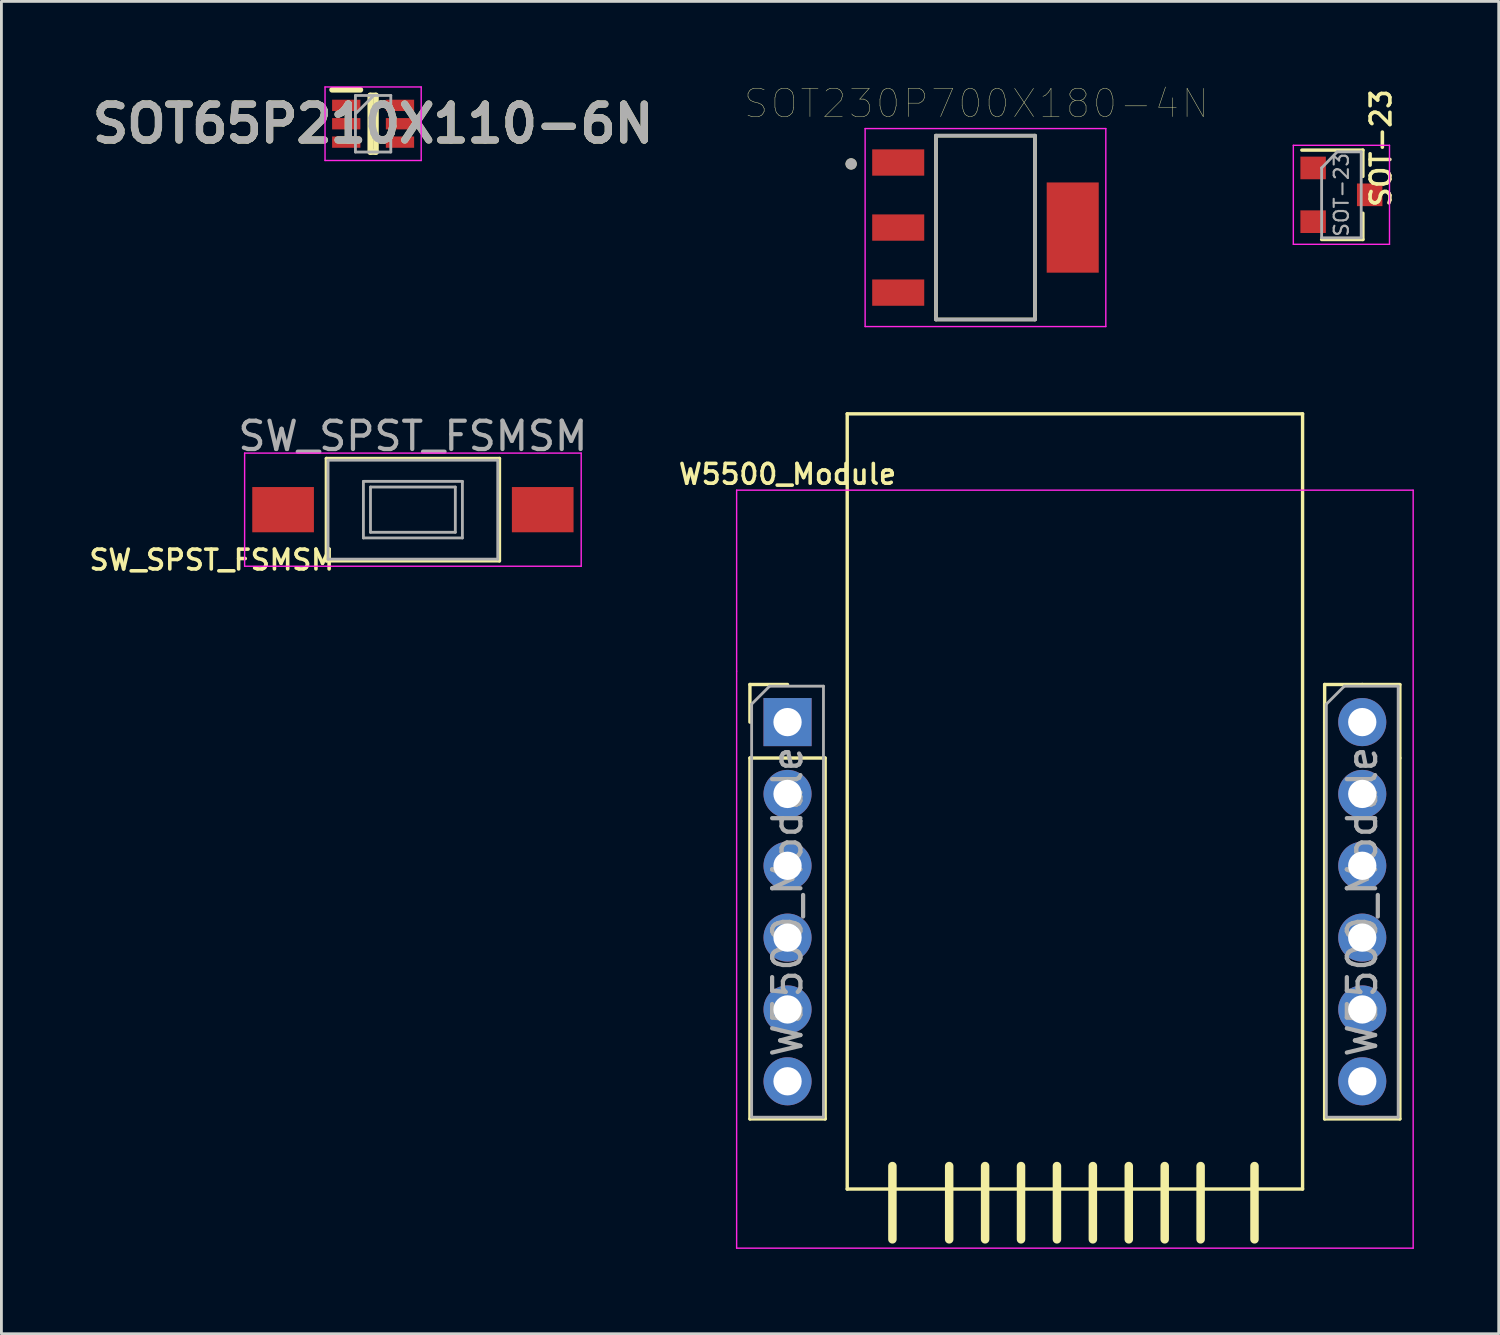
<source format=kicad_pcb>
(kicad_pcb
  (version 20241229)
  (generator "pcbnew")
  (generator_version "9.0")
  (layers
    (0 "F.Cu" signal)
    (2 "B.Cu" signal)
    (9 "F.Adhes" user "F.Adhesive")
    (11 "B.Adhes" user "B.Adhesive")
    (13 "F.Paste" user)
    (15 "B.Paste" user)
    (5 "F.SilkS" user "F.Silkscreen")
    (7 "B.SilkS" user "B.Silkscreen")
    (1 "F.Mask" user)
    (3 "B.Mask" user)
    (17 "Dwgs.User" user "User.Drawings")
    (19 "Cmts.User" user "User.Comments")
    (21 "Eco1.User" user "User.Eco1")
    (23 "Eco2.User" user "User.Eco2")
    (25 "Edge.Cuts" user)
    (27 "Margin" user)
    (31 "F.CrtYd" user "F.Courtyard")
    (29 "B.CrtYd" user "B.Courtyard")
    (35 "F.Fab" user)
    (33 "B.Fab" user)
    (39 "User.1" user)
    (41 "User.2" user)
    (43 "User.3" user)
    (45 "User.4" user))
  (footprint "SOT230P700X180-4N"
    (layer "F.Cu")
    (at 31.793 4.996)
    (property "Reference" "SOT230P700X180-4N" (at -0.325 -4.385 0) (layer "F.SilkS") (effects (font (size 1 1) (thickness 0.015))))
    (attr through_hole)
    (fp_line (start -1.75 -3.25) (end 1.75 -3.25) (stroke (width 0.127) (type solid)) (layer "F.SilkS"))
    (fp_line (start -1.75 3.25) (end -1.75 -3.25) (stroke (width 0.127) (type solid)) (layer "F.SilkS"))
    (fp_line (start 1.75 -3.25) (end 1.75 3.25) (stroke (width 0.127) (type solid)) (layer "F.SilkS"))
    (fp_line (start 1.75 3.25) (end -1.75 3.25) (stroke (width 0.127) (type solid)) (layer "F.SilkS"))
    (fp_circle (center -4.75 -2.25) (end -4.65 -2.25) (stroke (width 0.2) (type solid)) (fill no) (layer "F.SilkS"))
    (fp_line (start -4.255 -3.5) (end -4.255 3.5) (stroke (width 0.05) (type solid)) (layer "F.CrtYd"))
    (fp_line (start -4.255 3.5) (end 4.255 3.5) (stroke (width 0.05) (type solid)) (layer "F.CrtYd"))
    (fp_line (start 4.255 -3.5) (end -4.255 -3.5) (stroke (width 0.05) (type solid)) (layer "F.CrtYd"))
    (fp_line (start 4.255 3.5) (end 4.255 -3.5) (stroke (width 0.05) (type solid)) (layer "F.CrtYd"))
    (fp_line (start -1.75 -3.25) (end 1.75 -3.25) (stroke (width 0.127) (type solid)) (layer "F.Fab"))
    (fp_line (start -1.75 3.25) (end -1.75 -3.25) (stroke (width 0.127) (type solid)) (layer "F.Fab"))
    (fp_line (start 1.75 -3.25) (end 1.75 3.25) (stroke (width 0.127) (type solid)) (layer "F.Fab"))
    (fp_line (start 1.75 3.25) (end -1.75 3.25) (stroke (width 0.127) (type solid)) (layer "F.Fab"))
    (fp_circle (center -4.75 -2.25) (end -4.65 -2.25) (stroke (width 0.2) (type solid)) (fill no) (layer "F.Fab"))
    (pad "1" smd rect (at -3.085 -2.3) (size 1.84 0.93) (layers "F.Cu" "F.Mask" "F.Paste"))
    (pad "2" smd rect (at -3.085 0) (size 1.84 0.93) (layers "F.Cu" "F.Mask" "F.Paste"))
    (pad "3" smd rect (at -3.085 2.3) (size 1.84 0.93) (layers "F.Cu" "F.Mask" "F.Paste"))
    (pad "4" smd rect (at 3.085 0) (size 1.84 3.19) (layers "F.Cu" "F.Mask" "F.Paste")))
  (footprint "W5500_Module"
    (layer "F.Cu")
    (at 24.795 22.481)
    (property "Reference" "W5500_Module" (at 0 -8.763 0) (layer "F.SilkS") (effects (font (size 0.7 0.7) (thickness 0.127))))
    (attr through_hole)
    (fp_line (start -1.33 -1.33) (end 0 -1.33) (stroke (width 0.12) (type solid)) (layer "F.SilkS"))
    (fp_line (start -1.33 0) (end -1.33 -1.33) (stroke (width 0.12) (type solid)) (layer "F.SilkS"))
    (fp_line (start -1.33 1.27) (end -1.33 14.03) (stroke (width 0.12) (type solid)) (layer "F.SilkS"))
    (fp_line (start -1.33 1.27) (end 1.33 1.27) (stroke (width 0.12) (type solid)) (layer "F.SilkS"))
    (fp_line (start -1.33 14.03) (end 1.33 14.03) (stroke (width 0.12) (type solid)) (layer "F.SilkS"))
    (fp_line (start 1.33 1.27) (end 1.33 14.03) (stroke (width 0.12) (type solid)) (layer "F.SilkS"))
    (fp_line (start 2.11 -10.9) (end 2.11 16.51) (stroke (width 0.12) (type solid)) (layer "F.SilkS"))
    (fp_line (start 2.11 -10.9) (end 18.21 -10.9) (stroke (width 0.12) (type solid)) (layer "F.SilkS"))
    (fp_line (start 2.11 16.51) (end 18.21 16.51) (stroke (width 0.12) (type solid)) (layer "F.SilkS"))
    (fp_line (start 3.708 15.697) (end 3.708 18.288) (stroke (width 0.3) (type solid)) (layer "F.SilkS"))
    (fp_line (start 5.715 15.697) (end 5.715 18.288) (stroke (width 0.3) (type solid)) (layer "F.SilkS"))
    (fp_line (start 6.985 15.697) (end 6.985 18.288) (stroke (width 0.3) (type solid)) (layer "F.SilkS"))
    (fp_line (start 8.255 15.697) (end 8.255 18.288) (stroke (width 0.3) (type solid)) (layer "F.SilkS"))
    (fp_line (start 9.525 15.697) (end 9.525 18.288) (stroke (width 0.3) (type solid)) (layer "F.SilkS"))
    (fp_line (start 10.795 15.697) (end 10.795 18.288) (stroke (width 0.3) (type solid)) (layer "F.SilkS"))
    (fp_line (start 12.065 15.697) (end 12.065 18.288) (stroke (width 0.3) (type solid)) (layer "F.SilkS"))
    (fp_line (start 13.335 15.697) (end 13.335 18.288) (stroke (width 0.3) (type solid)) (layer "F.SilkS"))
    (fp_line (start 14.605 15.697) (end 14.605 18.288) (stroke (width 0.3) (type solid)) (layer "F.SilkS"))
    (fp_line (start 16.51 15.697) (end 16.51 18.288) (stroke (width 0.3) (type solid)) (layer "F.SilkS"))
    (fp_line (start 18.21 -10.9) (end 18.21 16.51) (stroke (width 0.12) (type solid)) (layer "F.SilkS"))
    (fp_line (start 18.99 -1.33) (end 20.32 -1.33) (stroke (width 0.12) (type solid)) (layer "F.SilkS"))
    (fp_line (start 18.99 0) (end 18.99 -1.33) (stroke (width 0.12) (type solid)) (layer "F.SilkS"))
    (fp_line (start 18.99 0) (end 18.99 1.27) (stroke (width 0.12) (type solid)) (layer "F.SilkS"))
    (fp_line (start 18.99 1.27) (end 18.99 14.03) (stroke (width 0.12) (type solid)) (layer "F.SilkS"))
    (fp_line (start 18.99 14.03) (end 21.65 14.03) (stroke (width 0.12) (type solid)) (layer "F.SilkS"))
    (fp_line (start 20.32 -1.33) (end 21.65 -1.33) (stroke (width 0.12) (type solid)) (layer "F.SilkS"))
    (fp_line (start 21.65 1.27) (end 21.65 -1.321) (stroke (width 0.12) (type solid)) (layer "F.SilkS"))
    (fp_line (start 21.65 1.27) (end 21.65 14.03) (stroke (width 0.12) (type solid)) (layer "F.SilkS"))
    (fp_line (start -1.8 -1.8) (end -1.8 -8.2) (stroke (width 0.05) (type solid)) (layer "F.CrtYd"))
    (fp_line (start -1.8 -1.8) (end -1.8 18.6) (stroke (width 0.05) (type solid)) (layer "F.CrtYd"))
    (fp_line (start -1.8 18.6) (end 22.12 18.6) (stroke (width 0.05) (type solid)) (layer "F.CrtYd"))
    (fp_line (start 22.12 -8.2) (end -1.8 -8.2) (stroke (width 0.05) (type solid)) (layer "F.CrtYd"))
    (fp_line (start 22.12 18.6) (end 22.12 -8.2) (stroke (width 0.05) (type solid)) (layer "F.CrtYd"))
    (fp_line (start -1.27 -0.635) (end -0.635 -1.27) (stroke (width 0.1) (type solid)) (layer "F.Fab"))
    (fp_line (start -1.27 13.97) (end -1.27 -0.635) (stroke (width 0.1) (type solid)) (layer "F.Fab"))
    (fp_line (start -0.635 -1.27) (end 1.27 -1.27) (stroke (width 0.1) (type solid)) (layer "F.Fab"))
    (fp_line (start 1.27 -1.27) (end 1.27 13.97) (stroke (width 0.1) (type solid)) (layer "F.Fab"))
    (fp_line (start 1.27 13.97) (end -1.27 13.97) (stroke (width 0.1) (type solid)) (layer "F.Fab"))
    (fp_line (start 19.05 -0.635) (end 19.685 -1.27) (stroke (width 0.1) (type solid)) (layer "F.Fab"))
    (fp_line (start 19.05 13.97) (end 19.05 -0.635) (stroke (width 0.1) (type solid)) (layer "F.Fab"))
    (fp_line (start 19.685 -1.27) (end 21.59 -1.27) (stroke (width 0.1) (type solid)) (layer "F.Fab"))
    (fp_line (start 21.59 -1.27) (end 21.59 13.97) (stroke (width 0.1) (type solid)) (layer "F.Fab"))
    (fp_line (start 21.59 13.97) (end 19.05 13.97) (stroke (width 0.1) (type solid)) (layer "F.Fab"))
    (fp_text user "${REFERENCE}" (at 20.32 6.35 90) (layer "F.Fab") (effects (font (size 1 1) (thickness 0.15))))
    (fp_text user "${REFERENCE}" (at 0 6.35 90) (layer "F.Fab") (effects (font (size 1 1) (thickness 0.15))))
    (pad "1" thru_hole rect (at 0 0) (size 1.7 1.7) (drill 1) (layers "*.Cu" "*.Mask"))
    (pad "2" thru_hole oval (at 0 2.54) (size 1.7 1.7) (drill 1) (layers "*.Cu" "*.Mask"))
    (pad "3" thru_hole oval (at 0 5.08) (size 1.7 1.7) (drill 1) (layers "*.Cu" "*.Mask"))
    (pad "4" thru_hole oval (at 0 7.62) (size 1.7 1.7) (drill 1) (layers "*.Cu" "*.Mask"))
    (pad "5" thru_hole oval (at 0 10.16) (size 1.7 1.7) (drill 1) (layers "*.Cu" "*.Mask"))
    (pad "6" thru_hole oval (at 0 12.7) (size 1.7 1.7) (drill 1) (layers "*.Cu" "*.Mask"))
    (pad "7" thru_hole oval (at 20.32 12.7) (size 1.7 1.7) (drill 1) (layers "*.Cu" "*.Mask"))
    (pad "8" thru_hole oval (at 20.32 10.16) (size 1.7 1.7) (drill 1) (layers "*.Cu" "*.Mask"))
    (pad "9" thru_hole oval (at 20.32 7.62) (size 1.7 1.7) (drill 1) (layers "*.Cu" "*.Mask"))
    (pad "10" thru_hole oval (at 20.32 5.08) (size 1.7 1.7) (drill 1) (layers "*.Cu" "*.Mask"))
    (pad "11" thru_hole oval (at 20.32 2.54) (size 1.7 1.7) (drill 1) (layers "*.Cu" "*.Mask"))
    (pad "12" thru_hole circle (at 20.32 0) (size 1.7 1.7) (drill 1) (layers "*.Cu" "*.Mask")))
  (footprint "SOT65P210X110-6N"
    (layer "F.Cu")
    (at 10.142 1.325)
    (property "Reference" "SOT65P210X110-6N" (at 0 0 0) (layer "F.SilkS") (effects (font (size 1.27 1.27) (thickness 0.254))))
    (attr smd)
    (fp_line (start -1.45 -1.2) (end -0.45 -1.2) (stroke (width 0.2) (type solid)) (layer "F.SilkS"))
    (fp_line (start -0.1 -1) (end 0.1 -1) (stroke (width 0.2) (type solid)) (layer "F.SilkS"))
    (fp_line (start -0.1 1) (end -0.1 -1) (stroke (width 0.2) (type solid)) (layer "F.SilkS"))
    (fp_line (start 0.1 -1) (end 0.1 1) (stroke (width 0.2) (type solid)) (layer "F.SilkS"))
    (fp_line (start 0.1 1) (end -0.1 1) (stroke (width 0.2) (type solid)) (layer "F.SilkS"))
    (fp_line (start -1.7 -1.3) (end 1.7 -1.3) (stroke (width 0.05) (type solid)) (layer "F.CrtYd"))
    (fp_line (start -1.7 1.3) (end -1.7 -1.3) (stroke (width 0.05) (type solid)) (layer "F.CrtYd"))
    (fp_line (start 1.7 -1.3) (end 1.7 1.3) (stroke (width 0.05) (type solid)) (layer "F.CrtYd"))
    (fp_line (start 1.7 1.3) (end -1.7 1.3) (stroke (width 0.05) (type solid)) (layer "F.CrtYd"))
    (fp_line (start -0.625 -1) (end 0.625 -1) (stroke (width 0.1) (type solid)) (layer "F.Fab"))
    (fp_line (start -0.625 -0.35) (end 0.025 -1) (stroke (width 0.1) (type solid)) (layer "F.Fab"))
    (fp_line (start -0.625 1) (end -0.625 -1) (stroke (width 0.1) (type solid)) (layer "F.Fab"))
    (fp_line (start 0.625 -1) (end 0.625 1) (stroke (width 0.1) (type solid)) (layer "F.Fab"))
    (fp_line (start 0.625 1) (end -0.625 1) (stroke (width 0.1) (type solid)) (layer "F.Fab"))
    (fp_text user "${REFERENCE}" (at 0 0 0) (layer "F.Fab") (effects (font (size 1.27 1.27) (thickness 0.254))))
    (pad "1" smd rect (at -0.95 -0.65 90) (size 0.4 1) (layers "F.Cu" "F.Mask" "F.Paste"))
    (pad "2" smd rect (at -0.95 0 90) (size 0.4 1) (layers "F.Cu" "F.Mask" "F.Paste"))
    (pad "3" smd rect (at -0.95 0.65 90) (size 0.4 1) (layers "F.Cu" "F.Mask" "F.Paste"))
    (pad "4" smd rect (at 0.95 0.65 90) (size 0.4 1) (layers "F.Cu" "F.Mask" "F.Paste"))
    (pad "5" smd rect (at 0.95 0 90) (size 0.4 1) (layers "F.Cu" "F.Mask" "F.Paste"))
    (pad "6" smd rect (at 0.95 -0.65 90) (size 0.4 1) (layers "F.Cu" "F.Mask" "F.Paste")))
  (footprint "SW_SPST_FSMSM"
    (layer "F.Cu")
    (at 11.549 14.97)
    (property "Reference" "SW_SPST_FSMSM" (at -7.112 1.778 180) (layer "F.SilkS") (effects (font (size 0.7 0.7) (thickness 0.127))))
    (attr smd)
    (fp_line (start -3.06 -1.81) (end 3.06 -1.81) (stroke (width 0.12) (type solid)) (layer "F.SilkS"))
    (fp_line (start -3.06 1.81) (end -3.06 -1.81) (stroke (width 0.12) (type solid)) (layer "F.SilkS"))
    (fp_line (start 3.06 -1.81) (end 3.06 1.81) (stroke (width 0.12) (type solid)) (layer "F.SilkS"))
    (fp_line (start 3.06 1.81) (end -3.06 1.81) (stroke (width 0.12) (type solid)) (layer "F.SilkS"))
    (fp_line (start -5.95 -2) (end -5.95 2) (stroke (width 0.05) (type solid)) (layer "F.CrtYd"))
    (fp_line (start -5.95 -2) (end 5.95 -2) (stroke (width 0.05) (type solid)) (layer "F.CrtYd"))
    (fp_line (start -5.95 2) (end 5.95 2) (stroke (width 0.05) (type solid)) (layer "F.CrtYd"))
    (fp_line (start 5.95 -2) (end 5.95 2) (stroke (width 0.05) (type solid)) (layer "F.CrtYd"))
    (fp_line (start -3 -1.75) (end -3 1.75) (stroke (width 0.1) (type solid)) (layer "F.Fab"))
    (fp_line (start -3 -1.75) (end 3 -1.75) (stroke (width 0.1) (type solid)) (layer "F.Fab"))
    (fp_line (start -3 1.75) (end 3 1.75) (stroke (width 0.1) (type solid)) (layer "F.Fab"))
    (fp_line (start -1.75 -1) (end 1.75 -1) (stroke (width 0.1) (type solid)) (layer "F.Fab"))
    (fp_line (start -1.75 1) (end -1.75 -1) (stroke (width 0.1) (type solid)) (layer "F.Fab"))
    (fp_line (start -1.5 -0.8) (end -1.5 0.8) (stroke (width 0.1) (type solid)) (layer "F.Fab"))
    (fp_line (start -1.5 -0.8) (end 1.5 -0.8) (stroke (width 0.1) (type solid)) (layer "F.Fab"))
    (fp_line (start -1.5 0.8) (end 1.5 0.8) (stroke (width 0.1) (type solid)) (layer "F.Fab"))
    (fp_line (start 1.5 -0.8) (end 1.5 0.8) (stroke (width 0.1) (type solid)) (layer "F.Fab"))
    (fp_line (start 1.75 -1) (end 1.75 1) (stroke (width 0.1) (type solid)) (layer "F.Fab"))
    (fp_line (start 1.75 1) (end -1.75 1) (stroke (width 0.1) (type solid)) (layer "F.Fab"))
    (fp_line (start 3 -1.75) (end 3 1.75) (stroke (width 0.1) (type solid)) (layer "F.Fab"))
    (fp_text user "${REFERENCE}" (at 0 -2.6 0) (layer "F.Fab") (effects (font (size 1 1) (thickness 0.15))))
    (pad "1" smd rect (at -4.59 0) (size 2.18 1.6) (layers "F.Cu" "F.Mask" "F.Paste"))
    (pad "2" smd rect (at 4.59 0) (size 2.18 1.6) (layers "F.Cu" "F.Mask" "F.Paste")))
  (footprint "SOT-23"
    (layer "F.Cu")
    (at 44.378 3.838)
    (property "Reference" "SOT-23" (at 1.397 -1.651 90) (layer "F.SilkS") (effects (font (size 0.7 0.7) (thickness 0.127))))
    (attr smd)
    (fp_line (start 0.76 -1.58) (end -1.4 -1.58) (stroke (width 0.12) (type solid)) (layer "F.SilkS"))
    (fp_line (start 0.76 -1.58) (end 0.76 -0.65) (stroke (width 0.12) (type solid)) (layer "F.SilkS"))
    (fp_line (start 0.76 1.58) (end -0.7 1.58) (stroke (width 0.12) (type solid)) (layer "F.SilkS"))
    (fp_line (start 0.76 1.58) (end 0.76 0.65) (stroke (width 0.12) (type solid)) (layer "F.SilkS"))
    (fp_line (start -1.7 -1.75) (end 1.7 -1.75) (stroke (width 0.05) (type solid)) (layer "F.CrtYd"))
    (fp_line (start -1.7 1.75) (end -1.7 -1.75) (stroke (width 0.05) (type solid)) (layer "F.CrtYd"))
    (fp_line (start 1.7 -1.75) (end 1.7 1.75) (stroke (width 0.05) (type solid)) (layer "F.CrtYd"))
    (fp_line (start 1.7 1.75) (end -1.7 1.75) (stroke (width 0.05) (type solid)) (layer "F.CrtYd"))
    (fp_line (start -0.7 -0.95) (end -0.7 1.5) (stroke (width 0.1) (type solid)) (layer "F.Fab"))
    (fp_line (start -0.7 -0.95) (end -0.15 -1.52) (stroke (width 0.1) (type solid)) (layer "F.Fab"))
    (fp_line (start -0.7 1.52) (end 0.7 1.52) (stroke (width 0.1) (type solid)) (layer "F.Fab"))
    (fp_line (start -0.15 -1.52) (end 0.7 -1.52) (stroke (width 0.1) (type solid)) (layer "F.Fab"))
    (fp_line (start 0.7 -1.52) (end 0.7 1.52) (stroke (width 0.1) (type solid)) (layer "F.Fab"))
    (fp_text user "${REFERENCE}" (at 0 0 90) (layer "F.Fab") (effects (font (size 0.5 0.5) (thickness 0.075))))
    (pad "1" smd rect (at -1 -0.95) (size 0.9 0.8) (layers "F.Cu" "F.Mask" "F.Paste"))
    (pad "2" smd rect (at -1 0.95) (size 0.9 0.8) (layers "F.Cu" "F.Mask" "F.Paste"))
    (pad "3" smd rect (at 1 0) (size 0.9 0.8) (layers "F.Cu" "F.Mask" "F.Paste")))
  (gr_rect
    (start -3 -3)
    (end 49.94 44.106)
    (stroke (width 0.1) (type default))
    (fill no)
    (layer "Edge.Cuts")))
</source>
